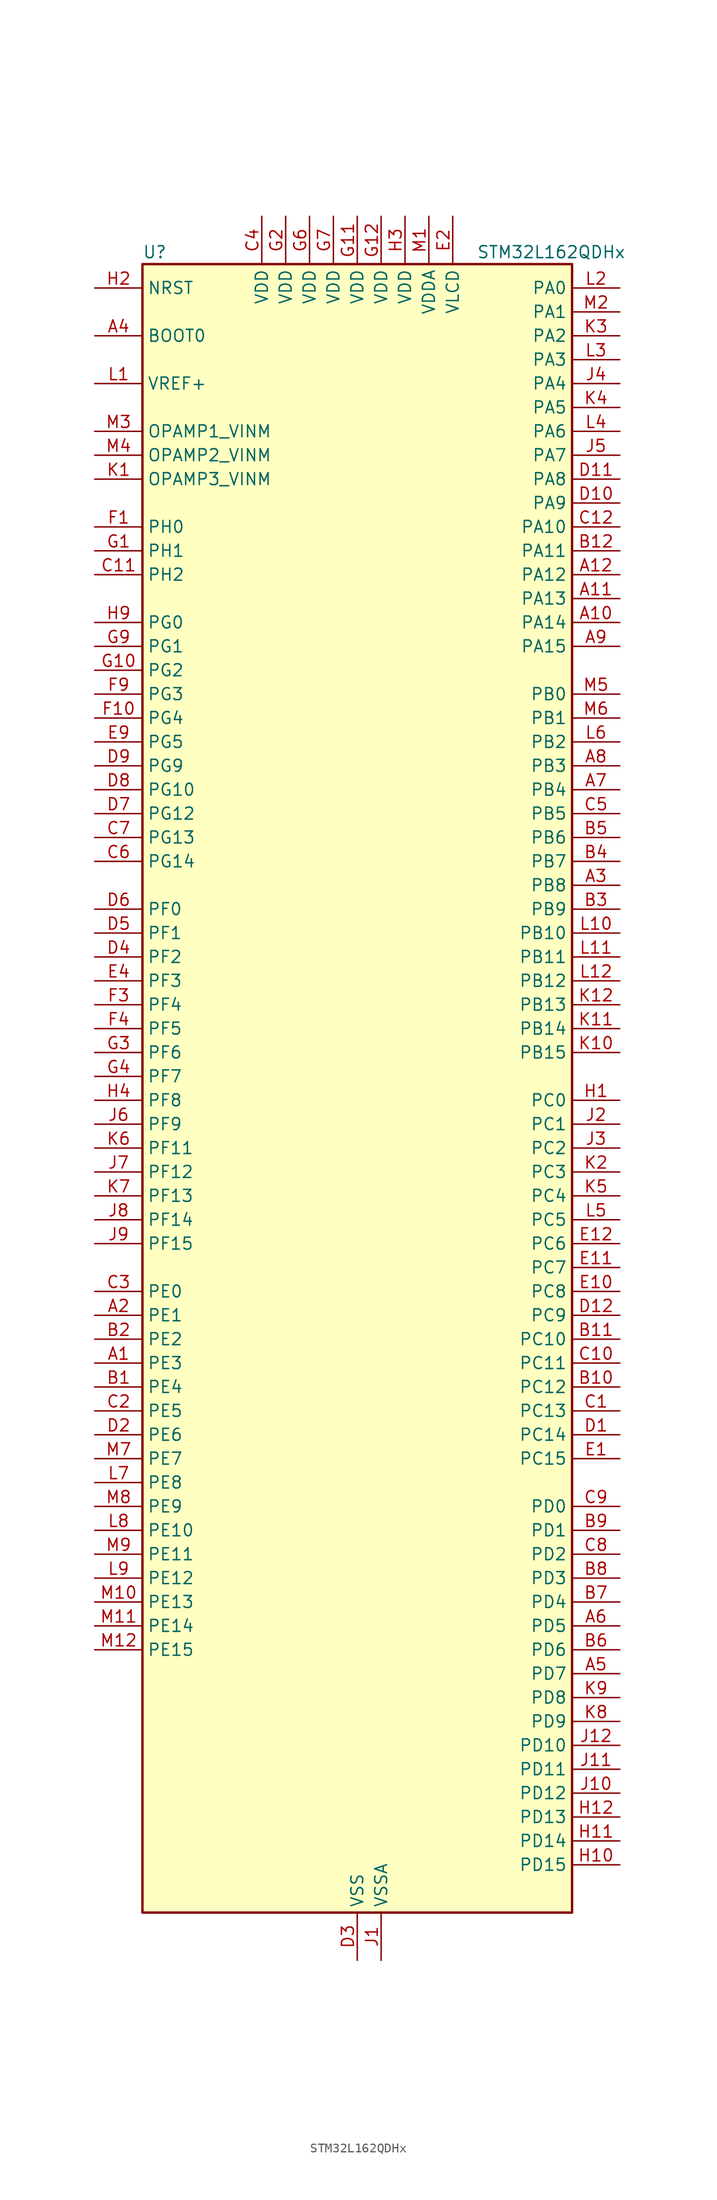
<source format=kicad_sym>
(kicad_symbol_lib
  (version 20231120)
  (generator "kicad_symbol_editor")
  (generator_version "8.0")
  (symbol "STM32L162QDHx"
    (property "Reference" "U"
      (at -22.86 90.17 0)
      (effects (font (size 1.27 1.27)) (justify left)))
    (property "Value" "STM32L162QDHx"
      (at 12.7 90.17 0)
      (effects (font (size 1.27 1.27)) (justify left)))
    (property "ki_locked" ""
      (at 0 0 0)
      (effects (font (size 1.27 1.27))))
    (symbol "STM32L162QDHx_0_1"
      (rectangle (start -22.86 -86.36) (end 22.86 88.9) (stroke (width 0.254) (type default)) (fill (type background))))
    (symbol "STM32L162QDHx_1_1"
      (pin bidirectional line (at -27.94 -27.94 0) (length 5.08) (name "PE3" (effects (font (size 1.27 1.27)))) (number "A1" (effects (font (size 1.27 1.27)))) (alternate "FSMC_A19" bidirectional line) (alternate "LCD_SEG39" bidirectional line) (alternate "SYS_TRACED0" bidirectional line) (alternate "TIM3_CH1" bidirectional line) (alternate "TIMX_IC4" bidirectional line))
      (pin bidirectional line (at 27.94 50.8 180) (length 5.08) (name "PA14" (effects (font (size 1.27 1.27)))) (number "A10" (effects (font (size 1.27 1.27)))) (alternate "SYS_JTCK-SWCLK" bidirectional line) (alternate "TIMX_IC3" bidirectional line) (alternate "TS_G5_IO2" bidirectional line))
      (pin bidirectional line (at 27.94 53.34 180) (length 5.08) (name "PA13" (effects (font (size 1.27 1.27)))) (number "A11" (effects (font (size 1.27 1.27)))) (alternate "SYS_JTMS-SWDIO" bidirectional line) (alternate "TIMX_IC2" bidirectional line) (alternate "TS_G5_IO1" bidirectional line))
      (pin bidirectional line (at 27.94 55.88 180) (length 5.08) (name "PA12" (effects (font (size 1.27 1.27)))) (number "A12" (effects (font (size 1.27 1.27)))) (alternate "SPI1_MOSI" bidirectional line) (alternate "TIMX_IC1" bidirectional line) (alternate "USART1_RTS" bidirectional line) (alternate "USB_DP" bidirectional line))
      (pin bidirectional line (at -27.94 -22.86 0) (length 5.08) (name "PE1" (effects (font (size 1.27 1.27)))) (number "A2" (effects (font (size 1.27 1.27)))) (alternate "FSMC_NBL1" bidirectional line) (alternate "LCD_SEG37" bidirectional line) (alternate "TIM11_CH1" bidirectional line) (alternate "TIMX_IC2" bidirectional line))
      (pin bidirectional line (at 27.94 22.86 180) (length 5.08) (name "PB8" (effects (font (size 1.27 1.27)))) (number "A3" (effects (font (size 1.27 1.27)))) (alternate "I2C1_SCL" bidirectional line) (alternate "LCD_SEG16" bidirectional line) (alternate "SDIO_D4" bidirectional line) (alternate "TIM10_CH1" bidirectional line) (alternate "TIM4_CH3" bidirectional line))
      (pin input line (at -27.94 81.28 0) (length 5.08) (name "BOOT0" (effects (font (size 1.27 1.27)))) (number "A4" (effects (font (size 1.27 1.27)))))
      (pin bidirectional line (at 27.94 -60.96 180) (length 5.08) (name "PD7" (effects (font (size 1.27 1.27)))) (number "A5" (effects (font (size 1.27 1.27)))) (alternate "FSMC_NE1" bidirectional line) (alternate "TIM9_CH2" bidirectional line) (alternate "TIMX_IC4" bidirectional line) (alternate "USART2_CK" bidirectional line))
      (pin bidirectional line (at 27.94 -55.88 180) (length 5.08) (name "PD5" (effects (font (size 1.27 1.27)))) (number "A6" (effects (font (size 1.27 1.27)))) (alternate "FSMC_NWE" bidirectional line) (alternate "TIMX_IC2" bidirectional line) (alternate "USART2_TX" bidirectional line))
      (pin bidirectional line (at 27.94 33.02 180) (length 5.08) (name "PB4" (effects (font (size 1.27 1.27)))) (number "A7" (effects (font (size 1.27 1.27)))) (alternate "COMP2_INP" bidirectional line) (alternate "LCD_SEG8" bidirectional line) (alternate "SPI1_MISO" bidirectional line) (alternate "SPI3_MISO" bidirectional line) (alternate "SYS_JTRST" bidirectional line) (alternate "TIM3_CH1" bidirectional line) (alternate "TS_G6_IO1" bidirectional line))
      (pin bidirectional line (at 27.94 35.56 180) (length 5.08) (name "PB3" (effects (font (size 1.27 1.27)))) (number "A8" (effects (font (size 1.27 1.27)))) (alternate "COMP2_INM" bidirectional line) (alternate "I2S3_CK" bidirectional line) (alternate "LCD_SEG7" bidirectional line) (alternate "SPI1_SCK" bidirectional line) (alternate "SPI3_SCK" bidirectional line) (alternate "SYS_JTDO-TRACESWO" bidirectional line) (alternate "TIM2_CH2" bidirectional line))
      (pin bidirectional line (at 27.94 48.26 180) (length 5.08) (name "PA15" (effects (font (size 1.27 1.27)))) (number "A9" (effects (font (size 1.27 1.27)))) (alternate "ADC_EXTI15" bidirectional line) (alternate "I2S3_WS" bidirectional line) (alternate "LCD_SEG17" bidirectional line) (alternate "SPI1_NSS" bidirectional line) (alternate "SPI3_NSS" bidirectional line) (alternate "SYS_JTDI" bidirectional line) (alternate "TIM2_CH1" bidirectional line) (alternate "TIM2_ETR" bidirectional line) (alternate "TIMX_IC4" bidirectional line) (alternate "TS_G5_IO3" bidirectional line))
      (pin bidirectional line (at -27.94 -30.48 0) (length 5.08) (name "PE4" (effects (font (size 1.27 1.27)))) (number "B1" (effects (font (size 1.27 1.27)))) (alternate "FSMC_A20" bidirectional line) (alternate "SYS_TRACED1" bidirectional line) (alternate "TIM3_CH2" bidirectional line) (alternate "TIMX_IC1" bidirectional line))
      (pin bidirectional line (at 27.94 -30.48 180) (length 5.08) (name "PC12" (effects (font (size 1.27 1.27)))) (number "B10" (effects (font (size 1.27 1.27)))) (alternate "I2S3_SD" bidirectional line) (alternate "LCD_COM6" bidirectional line) (alternate "LCD_SEG30" bidirectional line) (alternate "LCD_SEG42" bidirectional line) (alternate "SDIO_CK" bidirectional line) (alternate "SPI3_MOSI" bidirectional line) (alternate "TIMX_IC1" bidirectional line) (alternate "UART5_TX" bidirectional line) (alternate "USART3_CK" bidirectional line))
      (pin bidirectional line (at 27.94 -25.4 180) (length 5.08) (name "PC10" (effects (font (size 1.27 1.27)))) (number "B11" (effects (font (size 1.27 1.27)))) (alternate "I2S3_CK" bidirectional line) (alternate "LCD_COM4" bidirectional line) (alternate "LCD_SEG28" bidirectional line) (alternate "LCD_SEG40" bidirectional line) (alternate "SDIO_D2" bidirectional line) (alternate "SPI3_SCK" bidirectional line) (alternate "TIMX_IC3" bidirectional line) (alternate "UART4_TX" bidirectional line) (alternate "USART3_TX" bidirectional line))
      (pin bidirectional line (at 27.94 58.42 180) (length 5.08) (name "PA11" (effects (font (size 1.27 1.27)))) (number "B12" (effects (font (size 1.27 1.27)))) (alternate "ADC_EXTI11" bidirectional line) (alternate "SPI1_MISO" bidirectional line) (alternate "TIMX_IC4" bidirectional line) (alternate "USART1_CTS" bidirectional line) (alternate "USB_DM" bidirectional line))
      (pin bidirectional line (at -27.94 -25.4 0) (length 5.08) (name "PE2" (effects (font (size 1.27 1.27)))) (number "B2" (effects (font (size 1.27 1.27)))) (alternate "FSMC_A23" bidirectional line) (alternate "LCD_SEG38" bidirectional line) (alternate "SYS_TRACECK" bidirectional line) (alternate "TIM3_ETR" bidirectional line) (alternate "TIMX_IC3" bidirectional line))
      (pin bidirectional line (at 27.94 20.32 180) (length 5.08) (name "PB9" (effects (font (size 1.27 1.27)))) (number "B3" (effects (font (size 1.27 1.27)))) (alternate "DAC_EXTI9" bidirectional line) (alternate "I2C1_SDA" bidirectional line) (alternate "LCD_COM3" bidirectional line) (alternate "SDIO_D5" bidirectional line) (alternate "TIM11_CH1" bidirectional line) (alternate "TIM4_CH4" bidirectional line))
      (pin bidirectional line (at 27.94 25.4 180) (length 5.08) (name "PB7" (effects (font (size 1.27 1.27)))) (number "B4" (effects (font (size 1.27 1.27)))) (alternate "COMP2_INP" bidirectional line) (alternate "FSMC_NL" bidirectional line) (alternate "I2C1_SDA" bidirectional line) (alternate "SYS_PVD_IN" bidirectional line) (alternate "TIM4_CH2" bidirectional line) (alternate "TS_G6_IO4" bidirectional line) (alternate "USART1_RX" bidirectional line))
      (pin bidirectional line (at 27.94 27.94 180) (length 5.08) (name "PB6" (effects (font (size 1.27 1.27)))) (number "B5" (effects (font (size 1.27 1.27)))) (alternate "COMP2_INP" bidirectional line) (alternate "I2C1_SCL" bidirectional line) (alternate "TIM4_CH1" bidirectional line) (alternate "TS_G6_IO3" bidirectional line) (alternate "USART1_TX" bidirectional line))
      (pin bidirectional line (at 27.94 -58.42 180) (length 5.08) (name "PD6" (effects (font (size 1.27 1.27)))) (number "B6" (effects (font (size 1.27 1.27)))) (alternate "FSMC_NWAIT" bidirectional line) (alternate "TIMX_IC3" bidirectional line) (alternate "USART2_RX" bidirectional line))
      (pin bidirectional line (at 27.94 -53.34 180) (length 5.08) (name "PD4" (effects (font (size 1.27 1.27)))) (number "B7" (effects (font (size 1.27 1.27)))) (alternate "FSMC_NOE" bidirectional line) (alternate "I2S2_SD" bidirectional line) (alternate "SPI2_MOSI" bidirectional line) (alternate "TIMX_IC1" bidirectional line) (alternate "USART2_RTS" bidirectional line))
      (pin bidirectional line (at 27.94 -50.8 180) (length 5.08) (name "PD3" (effects (font (size 1.27 1.27)))) (number "B8" (effects (font (size 1.27 1.27)))) (alternate "FSMC_CLK" bidirectional line) (alternate "SPI2_MISO" bidirectional line) (alternate "TIMX_IC4" bidirectional line) (alternate "USART2_CTS" bidirectional line))
      (pin bidirectional line (at 27.94 -45.72 180) (length 5.08) (name "PD1" (effects (font (size 1.27 1.27)))) (number "B9" (effects (font (size 1.27 1.27)))) (alternate "FSMC_D3" bidirectional line) (alternate "FSMC_DA3" bidirectional line) (alternate "I2S2_CK" bidirectional line) (alternate "SPI2_SCK" bidirectional line) (alternate "TIMX_IC2" bidirectional line))
      (pin bidirectional line (at 27.94 -33.02 180) (length 5.08) (name "PC13" (effects (font (size 1.27 1.27)))) (number "C1" (effects (font (size 1.27 1.27)))) (alternate "RTC_OUT_ALARM" bidirectional line) (alternate "RTC_OUT_CALIB" bidirectional line) (alternate "RTC_TAMP1" bidirectional line) (alternate "RTC_TS" bidirectional line) (alternate "SYS_WKUP2" bidirectional line) (alternate "TIMX_IC2" bidirectional line))
      (pin bidirectional line (at 27.94 -27.94 180) (length 5.08) (name "PC11" (effects (font (size 1.27 1.27)))) (number "C10" (effects (font (size 1.27 1.27)))) (alternate "ADC_EXTI11" bidirectional line) (alternate "LCD_COM5" bidirectional line) (alternate "LCD_SEG29" bidirectional line) (alternate "LCD_SEG41" bidirectional line) (alternate "SDIO_D3" bidirectional line) (alternate "SPI3_MISO" bidirectional line) (alternate "TIMX_IC4" bidirectional line) (alternate "UART4_RX" bidirectional line) (alternate "USART3_RX" bidirectional line))
      (pin bidirectional line (at -27.94 55.88 0) (length 5.08) (name "PH2" (effects (font (size 1.27 1.27)))) (number "C11" (effects (font (size 1.27 1.27)))) (alternate "FSMC_A22" bidirectional line))
      (pin bidirectional line (at 27.94 60.96 180) (length 5.08) (name "PA10" (effects (font (size 1.27 1.27)))) (number "C12" (effects (font (size 1.27 1.27)))) (alternate "LCD_COM2" bidirectional line) (alternate "TIMX_IC3" bidirectional line) (alternate "TS_G4_IO3" bidirectional line) (alternate "USART1_RX" bidirectional line))
      (pin bidirectional line (at -27.94 -33.02 0) (length 5.08) (name "PE5" (effects (font (size 1.27 1.27)))) (number "C2" (effects (font (size 1.27 1.27)))) (alternate "FSMC_A21" bidirectional line) (alternate "SYS_TRACED2" bidirectional line) (alternate "TIM9_CH1" bidirectional line) (alternate "TIMX_IC2" bidirectional line))
      (pin bidirectional line (at -27.94 -20.32 0) (length 5.08) (name "PE0" (effects (font (size 1.27 1.27)))) (number "C3" (effects (font (size 1.27 1.27)))) (alternate "FSMC_NBL0" bidirectional line) (alternate "LCD_SEG36" bidirectional line) (alternate "TIM10_CH1" bidirectional line) (alternate "TIM4_ETR" bidirectional line) (alternate "TIMX_IC1" bidirectional line))
      (pin power_in line (at -10.16 93.98 270) (length 5.08) (name "VDD" (effects (font (size 1.27 1.27)))) (number "C4" (effects (font (size 1.27 1.27)))))
      (pin bidirectional line (at 27.94 30.48 180) (length 5.08) (name "PB5" (effects (font (size 1.27 1.27)))) (number "C5" (effects (font (size 1.27 1.27)))) (alternate "COMP2_INP" bidirectional line) (alternate "I2C1_SMBA" bidirectional line) (alternate "I2S3_SD" bidirectional line) (alternate "LCD_SEG9" bidirectional line) (alternate "SPI1_MOSI" bidirectional line) (alternate "SPI3_MOSI" bidirectional line) (alternate "TIM3_CH2" bidirectional line) (alternate "TS_G6_IO2" bidirectional line))
      (pin bidirectional line (at -27.94 25.4 0) (length 5.08) (name "PG14" (effects (font (size 1.27 1.27)))) (number "C6" (effects (font (size 1.27 1.27)))) (alternate "FSMC_A25" bidirectional line))
      (pin bidirectional line (at -27.94 27.94 0) (length 5.08) (name "PG13" (effects (font (size 1.27 1.27)))) (number "C7" (effects (font (size 1.27 1.27)))) (alternate "FSMC_A24" bidirectional line))
      (pin bidirectional line (at 27.94 -48.26 180) (length 5.08) (name "PD2" (effects (font (size 1.27 1.27)))) (number "C8" (effects (font (size 1.27 1.27)))) (alternate "LCD_COM7" bidirectional line) (alternate "LCD_SEG31" bidirectional line) (alternate "LCD_SEG43" bidirectional line) (alternate "SDIO_CMD" bidirectional line) (alternate "TIM3_ETR" bidirectional line) (alternate "TIMX_IC3" bidirectional line) (alternate "UART5_RX" bidirectional line))
      (pin bidirectional line (at 27.94 -43.18 180) (length 5.08) (name "PD0" (effects (font (size 1.27 1.27)))) (number "C9" (effects (font (size 1.27 1.27)))) (alternate "FSMC_D2" bidirectional line) (alternate "FSMC_DA2" bidirectional line) (alternate "I2S2_WS" bidirectional line) (alternate "SPI2_NSS" bidirectional line) (alternate "TIM9_CH1" bidirectional line) (alternate "TIMX_IC1" bidirectional line))
      (pin bidirectional line (at 27.94 -35.56 180) (length 5.08) (name "PC14" (effects (font (size 1.27 1.27)))) (number "D1" (effects (font (size 1.27 1.27)))) (alternate "RCC_OSC32_IN" bidirectional line) (alternate "TIMX_IC3" bidirectional line))
      (pin bidirectional line (at 27.94 63.5 180) (length 5.08) (name "PA9" (effects (font (size 1.27 1.27)))) (number "D10" (effects (font (size 1.27 1.27)))) (alternate "DAC_EXTI9" bidirectional line) (alternate "LCD_COM1" bidirectional line) (alternate "TIMX_IC2" bidirectional line) (alternate "TS_G4_IO2" bidirectional line) (alternate "USART1_TX" bidirectional line))
      (pin bidirectional line (at 27.94 66.04 180) (length 5.08) (name "PA8" (effects (font (size 1.27 1.27)))) (number "D11" (effects (font (size 1.27 1.27)))) (alternate "LCD_COM0" bidirectional line) (alternate "RCC_MCO" bidirectional line) (alternate "TIMX_IC1" bidirectional line) (alternate "TS_G4_IO1" bidirectional line) (alternate "USART1_CK" bidirectional line))
      (pin bidirectional line (at 27.94 -22.86 180) (length 5.08) (name "PC9" (effects (font (size 1.27 1.27)))) (number "D12" (effects (font (size 1.27 1.27)))) (alternate "DAC_EXTI9" bidirectional line) (alternate "LCD_SEG27" bidirectional line) (alternate "SDIO_D1" bidirectional line) (alternate "TIM3_CH4" bidirectional line) (alternate "TIMX_IC2" bidirectional line) (alternate "TS_G10_IO4" bidirectional line))
      (pin bidirectional line (at -27.94 -35.56 0) (length 5.08) (name "PE6" (effects (font (size 1.27 1.27)))) (number "D2" (effects (font (size 1.27 1.27)))) (alternate "RTC_TAMP3" bidirectional line) (alternate "SYS_TRACED3" bidirectional line) (alternate "SYS_WKUP3" bidirectional line) (alternate "TIM9_CH2" bidirectional line) (alternate "TIMX_IC3" bidirectional line))
      (pin power_in line (at 0 -91.44 90) (length 5.08) (name "VSS" (effects (font (size 1.27 1.27)))) (number "D3" (effects (font (size 1.27 1.27)))))
      (pin bidirectional line (at -27.94 15.24 0) (length 5.08) (name "PF2" (effects (font (size 1.27 1.27)))) (number "D4" (effects (font (size 1.27 1.27)))) (alternate "FSMC_A2" bidirectional line))
      (pin bidirectional line (at -27.94 17.78 0) (length 5.08) (name "PF1" (effects (font (size 1.27 1.27)))) (number "D5" (effects (font (size 1.27 1.27)))) (alternate "FSMC_A1" bidirectional line))
      (pin bidirectional line (at -27.94 20.32 0) (length 5.08) (name "PF0" (effects (font (size 1.27 1.27)))) (number "D6" (effects (font (size 1.27 1.27)))) (alternate "FSMC_A0" bidirectional line))
      (pin bidirectional line (at -27.94 30.48 0) (length 5.08) (name "PG12" (effects (font (size 1.27 1.27)))) (number "D7" (effects (font (size 1.27 1.27)))) (alternate "FSMC_NE4" bidirectional line))
      (pin bidirectional line (at -27.94 33.02 0) (length 5.08) (name "PG10" (effects (font (size 1.27 1.27)))) (number "D8" (effects (font (size 1.27 1.27)))) (alternate "FSMC_NE3" bidirectional line))
      (pin bidirectional line (at -27.94 35.56 0) (length 5.08) (name "PG9" (effects (font (size 1.27 1.27)))) (number "D9" (effects (font (size 1.27 1.27)))) (alternate "DAC_EXTI9" bidirectional line) (alternate "FSMC_NE2" bidirectional line))
      (pin bidirectional line (at 27.94 -38.1 180) (length 5.08) (name "PC15" (effects (font (size 1.27 1.27)))) (number "E1" (effects (font (size 1.27 1.27)))) (alternate "ADC_EXTI15" bidirectional line) (alternate "RCC_OSC32_OUT" bidirectional line) (alternate "TIMX_IC4" bidirectional line))
      (pin bidirectional line (at 27.94 -20.32 180) (length 5.08) (name "PC8" (effects (font (size 1.27 1.27)))) (number "E10" (effects (font (size 1.27 1.27)))) (alternate "LCD_SEG26" bidirectional line) (alternate "SDIO_D0" bidirectional line) (alternate "TIM3_CH3" bidirectional line) (alternate "TIMX_IC1" bidirectional line) (alternate "TS_G10_IO3" bidirectional line))
      (pin bidirectional line (at 27.94 -17.78 180) (length 5.08) (name "PC7" (effects (font (size 1.27 1.27)))) (number "E11" (effects (font (size 1.27 1.27)))) (alternate "I2S3_MCK" bidirectional line) (alternate "LCD_SEG25" bidirectional line) (alternate "SDIO_D7" bidirectional line) (alternate "TIM3_CH2" bidirectional line) (alternate "TIMX_IC4" bidirectional line) (alternate "TS_G10_IO2" bidirectional line))
      (pin bidirectional line (at 27.94 -15.24 180) (length 5.08) (name "PC6" (effects (font (size 1.27 1.27)))) (number "E12" (effects (font (size 1.27 1.27)))) (alternate "I2S2_MCK" bidirectional line) (alternate "LCD_SEG24" bidirectional line) (alternate "SDIO_D6" bidirectional line) (alternate "TIM3_CH1" bidirectional line) (alternate "TIMX_IC3" bidirectional line) (alternate "TS_G10_IO1" bidirectional line))
      (pin power_in line (at 10.16 93.98 270) (length 5.08) (name "VLCD" (effects (font (size 1.27 1.27)))) (number "E2" (effects (font (size 1.27 1.27)))))
      (pin passive line (at 0 -91.44 90) (length 5.08) hide (name "VSS" (effects (font (size 1.27 1.27)))) (number "E3" (effects (font (size 1.27 1.27)))))
      (pin bidirectional line (at -27.94 12.7 0) (length 5.08) (name "PF3" (effects (font (size 1.27 1.27)))) (number "E4" (effects (font (size 1.27 1.27)))) (alternate "FSMC_A3" bidirectional line))
      (pin bidirectional line (at -27.94 38.1 0) (length 5.08) (name "PG5" (effects (font (size 1.27 1.27)))) (number "E9" (effects (font (size 1.27 1.27)))) (alternate "FSMC_A15" bidirectional line))
      (pin bidirectional line (at -27.94 60.96 0) (length 5.08) (name "PH0" (effects (font (size 1.27 1.27)))) (number "F1" (effects (font (size 1.27 1.27)))) (alternate "RCC_OSC_IN" bidirectional line))
      (pin bidirectional line (at -27.94 40.64 0) (length 5.08) (name "PG4" (effects (font (size 1.27 1.27)))) (number "F10" (effects (font (size 1.27 1.27)))) (alternate "ADC_IN12b" bidirectional line) (alternate "FSMC_A14" bidirectional line) (alternate "TS_G7_IO7" bidirectional line))
      (pin passive line (at 0 -91.44 90) (length 5.08) hide (name "VSS" (effects (font (size 1.27 1.27)))) (number "F11" (effects (font (size 1.27 1.27)))))
      (pin passive line (at 0 -91.44 90) (length 5.08) hide (name "VSS" (effects (font (size 1.27 1.27)))) (number "F12" (effects (font (size 1.27 1.27)))))
      (pin passive line (at 0 -91.44 90) (length 5.08) hide (name "VSS" (effects (font (size 1.27 1.27)))) (number "F2" (effects (font (size 1.27 1.27)))))
      (pin bidirectional line (at -27.94 10.16 0) (length 5.08) (name "PF4" (effects (font (size 1.27 1.27)))) (number "F3" (effects (font (size 1.27 1.27)))) (alternate "FSMC_A4" bidirectional line))
      (pin bidirectional line (at -27.94 7.62 0) (length 5.08) (name "PF5" (effects (font (size 1.27 1.27)))) (number "F4" (effects (font (size 1.27 1.27)))) (alternate "FSMC_A5" bidirectional line))
      (pin passive line (at 0 -91.44 90) (length 5.08) hide (name "VSS" (effects (font (size 1.27 1.27)))) (number "F6" (effects (font (size 1.27 1.27)))))
      (pin passive line (at 0 -91.44 90) (length 5.08) hide (name "VSS" (effects (font (size 1.27 1.27)))) (number "F7" (effects (font (size 1.27 1.27)))))
      (pin bidirectional line (at -27.94 43.18 0) (length 5.08) (name "PG3" (effects (font (size 1.27 1.27)))) (number "F9" (effects (font (size 1.27 1.27)))) (alternate "ADC_IN11b" bidirectional line) (alternate "FSMC_A13" bidirectional line) (alternate "TS_G7_IO6" bidirectional line))
      (pin bidirectional line (at -27.94 58.42 0) (length 5.08) (name "PH1" (effects (font (size 1.27 1.27)))) (number "G1" (effects (font (size 1.27 1.27)))) (alternate "RCC_OSC_OUT" bidirectional line))
      (pin bidirectional line (at -27.94 45.72 0) (length 5.08) (name "PG2" (effects (font (size 1.27 1.27)))) (number "G10" (effects (font (size 1.27 1.27)))) (alternate "ADC_IN10b" bidirectional line) (alternate "FSMC_A12" bidirectional line) (alternate "TS_G7_IO5" bidirectional line))
      (pin power_in line (at 0 93.98 270) (length 5.08) (name "VDD" (effects (font (size 1.27 1.27)))) (number "G11" (effects (font (size 1.27 1.27)))))
      (pin power_in line (at 2.54 93.98 270) (length 5.08) (name "VDD" (effects (font (size 1.27 1.27)))) (number "G12" (effects (font (size 1.27 1.27)))))
      (pin power_in line (at -7.62 93.98 270) (length 5.08) (name "VDD" (effects (font (size 1.27 1.27)))) (number "G2" (effects (font (size 1.27 1.27)))))
      (pin bidirectional line (at -27.94 5.08 0) (length 5.08) (name "PF6" (effects (font (size 1.27 1.27)))) (number "G3" (effects (font (size 1.27 1.27)))) (alternate "ADC_IN27" bidirectional line) (alternate "TIM5_CH1" bidirectional line) (alternate "TIM5_ETR" bidirectional line) (alternate "TS_G11_IO1" bidirectional line))
      (pin bidirectional line (at -27.94 2.54 0) (length 5.08) (name "PF7" (effects (font (size 1.27 1.27)))) (number "G4" (effects (font (size 1.27 1.27)))) (alternate "ADC_IN28" bidirectional line) (alternate "COMP1_INP" bidirectional line) (alternate "TIM5_CH2" bidirectional line) (alternate "TS_G11_IO2" bidirectional line))
      (pin power_in line (at -5.08 93.98 270) (length 5.08) (name "VDD" (effects (font (size 1.27 1.27)))) (number "G6" (effects (font (size 1.27 1.27)))))
      (pin power_in line (at -2.54 93.98 270) (length 5.08) (name "VDD" (effects (font (size 1.27 1.27)))) (number "G7" (effects (font (size 1.27 1.27)))))
      (pin bidirectional line (at -27.94 48.26 0) (length 5.08) (name "PG1" (effects (font (size 1.27 1.27)))) (number "G9" (effects (font (size 1.27 1.27)))) (alternate "ADC_IN9b" bidirectional line) (alternate "FSMC_A11" bidirectional line) (alternate "TS_G2_IO5" bidirectional line))
      (pin bidirectional line (at 27.94 0 180) (length 5.08) (name "PC0" (effects (font (size 1.27 1.27)))) (number "H1" (effects (font (size 1.27 1.27)))) (alternate "ADC_IN10" bidirectional line) (alternate "COMP1_INP" bidirectional line) (alternate "LCD_SEG18" bidirectional line) (alternate "TIMX_IC1" bidirectional line) (alternate "TS_G8_IO1" bidirectional line))
      (pin bidirectional line (at 27.94 -81.28 180) (length 5.08) (name "PD15" (effects (font (size 1.27 1.27)))) (number "H10" (effects (font (size 1.27 1.27)))) (alternate "ADC_EXTI15" bidirectional line) (alternate "FSMC_D1" bidirectional line) (alternate "FSMC_DA1" bidirectional line) (alternate "LCD_SEG35" bidirectional line) (alternate "TIM4_CH4" bidirectional line) (alternate "TIMX_IC4" bidirectional line))
      (pin bidirectional line (at 27.94 -78.74 180) (length 5.08) (name "PD14" (effects (font (size 1.27 1.27)))) (number "H11" (effects (font (size 1.27 1.27)))) (alternate "FSMC_D0" bidirectional line) (alternate "FSMC_DA0" bidirectional line) (alternate "LCD_SEG34" bidirectional line) (alternate "TIM4_CH3" bidirectional line) (alternate "TIMX_IC3" bidirectional line))
      (pin bidirectional line (at 27.94 -76.2 180) (length 5.08) (name "PD13" (effects (font (size 1.27 1.27)))) (number "H12" (effects (font (size 1.27 1.27)))) (alternate "FSMC_A18" bidirectional line) (alternate "LCD_SEG33" bidirectional line) (alternate "TIM4_CH2" bidirectional line) (alternate "TIMX_IC2" bidirectional line))
      (pin input line (at -27.94 86.36 0) (length 5.08) (name "NRST" (effects (font (size 1.27 1.27)))) (number "H2" (effects (font (size 1.27 1.27)))))
      (pin power_in line (at 5.08 93.98 270) (length 5.08) (name "VDD" (effects (font (size 1.27 1.27)))) (number "H3" (effects (font (size 1.27 1.27)))))
      (pin bidirectional line (at -27.94 0 0) (length 5.08) (name "PF8" (effects (font (size 1.27 1.27)))) (number "H4" (effects (font (size 1.27 1.27)))) (alternate "ADC_IN29" bidirectional line) (alternate "COMP1_INP" bidirectional line) (alternate "TIM5_CH3" bidirectional line) (alternate "TS_G11_IO3" bidirectional line))
      (pin bidirectional line (at -27.94 50.8 0) (length 5.08) (name "PG0" (effects (font (size 1.27 1.27)))) (number "H9" (effects (font (size 1.27 1.27)))) (alternate "ADC_IN8b" bidirectional line) (alternate "FSMC_A10" bidirectional line) (alternate "TS_G2_IO4" bidirectional line))
      (pin power_in line (at 2.54 -91.44 90) (length 5.08) (name "VSSA" (effects (font (size 1.27 1.27)))) (number "J1" (effects (font (size 1.27 1.27)))))
      (pin bidirectional line (at 27.94 -73.66 180) (length 5.08) (name "PD12" (effects (font (size 1.27 1.27)))) (number "J10" (effects (font (size 1.27 1.27)))) (alternate "FSMC_A17" bidirectional line) (alternate "LCD_SEG32" bidirectional line) (alternate "TIM4_CH1" bidirectional line) (alternate "TIMX_IC1" bidirectional line) (alternate "USART3_RTS" bidirectional line))
      (pin bidirectional line (at 27.94 -71.12 180) (length 5.08) (name "PD11" (effects (font (size 1.27 1.27)))) (number "J11" (effects (font (size 1.27 1.27)))) (alternate "ADC_EXTI11" bidirectional line) (alternate "FSMC_A16" bidirectional line) (alternate "LCD_SEG31" bidirectional line) (alternate "TIMX_IC4" bidirectional line) (alternate "USART3_CTS" bidirectional line))
      (pin bidirectional line (at 27.94 -68.58 180) (length 5.08) (name "PD10" (effects (font (size 1.27 1.27)))) (number "J12" (effects (font (size 1.27 1.27)))) (alternate "FSMC_D15" bidirectional line) (alternate "FSMC_DA15" bidirectional line) (alternate "LCD_SEG30" bidirectional line) (alternate "TIMX_IC3" bidirectional line) (alternate "USART3_CK" bidirectional line))
      (pin bidirectional line (at 27.94 -2.54 180) (length 5.08) (name "PC1" (effects (font (size 1.27 1.27)))) (number "J2" (effects (font (size 1.27 1.27)))) (alternate "ADC_IN11" bidirectional line) (alternate "COMP1_INP" bidirectional line) (alternate "LCD_SEG19" bidirectional line) (alternate "OPAMP3_VINP" bidirectional line) (alternate "TIMX_IC2" bidirectional line) (alternate "TS_G8_IO2" bidirectional line))
      (pin bidirectional line (at 27.94 -5.08 180) (length 5.08) (name "PC2" (effects (font (size 1.27 1.27)))) (number "J3" (effects (font (size 1.27 1.27)))) (alternate "ADC_IN12" bidirectional line) (alternate "COMP1_INP" bidirectional line) (alternate "LCD_SEG20" bidirectional line) (alternate "TIMX_IC3" bidirectional line) (alternate "TS_G8_IO3" bidirectional line))
      (pin bidirectional line (at 27.94 76.2 180) (length 5.08) (name "PA4" (effects (font (size 1.27 1.27)))) (number "J4" (effects (font (size 1.27 1.27)))) (alternate "ADC_IN4" bidirectional line) (alternate "COMP1_INP" bidirectional line) (alternate "DAC_OUT1" bidirectional line) (alternate "I2S3_WS" bidirectional line) (alternate "SPI1_NSS" bidirectional line) (alternate "SPI3_NSS" bidirectional line) (alternate "TIMX_IC1" bidirectional line) (alternate "USART2_CK" bidirectional line))
      (pin bidirectional line (at 27.94 68.58 180) (length 5.08) (name "PA7" (effects (font (size 1.27 1.27)))) (number "J5" (effects (font (size 1.27 1.27)))) (alternate "ADC_IN7" bidirectional line) (alternate "COMP1_INP" bidirectional line) (alternate "LCD_SEG4" bidirectional line) (alternate "SPI1_MOSI" bidirectional line) (alternate "TIM11_CH1" bidirectional line) (alternate "TIM3_CH2" bidirectional line) (alternate "TIMX_IC4" bidirectional line) (alternate "TS_G2_IO2" bidirectional line))
      (pin bidirectional line (at -27.94 -2.54 0) (length 5.08) (name "PF9" (effects (font (size 1.27 1.27)))) (number "J6" (effects (font (size 1.27 1.27)))) (alternate "ADC_IN30" bidirectional line) (alternate "COMP1_INP" bidirectional line) (alternate "DAC_EXTI9" bidirectional line) (alternate "TIM5_CH4" bidirectional line) (alternate "TS_G11_IO4" bidirectional line))
      (pin bidirectional line (at -27.94 -7.62 0) (length 5.08) (name "PF12" (effects (font (size 1.27 1.27)))) (number "J7" (effects (font (size 1.27 1.27)))) (alternate "ADC_IN2b" bidirectional line) (alternate "FSMC_A6" bidirectional line) (alternate "TS_G3_IO5" bidirectional line))
      (pin bidirectional line (at -27.94 -12.7 0) (length 5.08) (name "PF14" (effects (font (size 1.27 1.27)))) (number "J8" (effects (font (size 1.27 1.27)))) (alternate "ADC_IN6b" bidirectional line) (alternate "FSMC_A8" bidirectional line) (alternate "TS_G9_IO4" bidirectional line))
      (pin bidirectional line (at -27.94 -15.24 0) (length 5.08) (name "PF15" (effects (font (size 1.27 1.27)))) (number "J9" (effects (font (size 1.27 1.27)))) (alternate "ADC_EXTI15" bidirectional line) (alternate "ADC_IN7b" bidirectional line) (alternate "FSMC_A9" bidirectional line) (alternate "TS_G2_IO3" bidirectional line))
      (pin input line (at -27.94 66.04 0) (length 5.08) (name "OPAMP3_VINM" (effects (font (size 1.27 1.27)))) (number "K1" (effects (font (size 1.27 1.27)))) (alternate "OPAMP3_VINM" bidirectional line))
      (pin bidirectional line (at 27.94 5.08 180) (length 5.08) (name "PB15" (effects (font (size 1.27 1.27)))) (number "K10" (effects (font (size 1.27 1.27)))) (alternate "ADC_EXTI15" bidirectional line) (alternate "ADC_IN21" bidirectional line) (alternate "COMP1_INP" bidirectional line) (alternate "I2S2_SD" bidirectional line) (alternate "LCD_SEG15" bidirectional line) (alternate "RTC_REFIN" bidirectional line) (alternate "SPI2_MOSI" bidirectional line) (alternate "TIM11_CH1" bidirectional line) (alternate "TS_G7_IO4" bidirectional line))
      (pin bidirectional line (at 27.94 7.62 180) (length 5.08) (name "PB14" (effects (font (size 1.27 1.27)))) (number "K11" (effects (font (size 1.27 1.27)))) (alternate "ADC_IN20" bidirectional line) (alternate "COMP1_INP" bidirectional line) (alternate "LCD_SEG14" bidirectional line) (alternate "SPI2_MISO" bidirectional line) (alternate "TIM9_CH2" bidirectional line) (alternate "TS_G7_IO3" bidirectional line) (alternate "USART3_RTS" bidirectional line))
      (pin bidirectional line (at 27.94 10.16 180) (length 5.08) (name "PB13" (effects (font (size 1.27 1.27)))) (number "K12" (effects (font (size 1.27 1.27)))) (alternate "ADC_IN19" bidirectional line) (alternate "COMP1_INP" bidirectional line) (alternate "I2S2_CK" bidirectional line) (alternate "LCD_SEG13" bidirectional line) (alternate "SPI2_SCK" bidirectional line) (alternate "TIM9_CH1" bidirectional line) (alternate "TS_G7_IO2" bidirectional line) (alternate "USART3_CTS" bidirectional line))
      (pin bidirectional line (at 27.94 -7.62 180) (length 5.08) (name "PC3" (effects (font (size 1.27 1.27)))) (number "K2" (effects (font (size 1.27 1.27)))) (alternate "ADC_IN13" bidirectional line) (alternate "COMP1_INP" bidirectional line) (alternate "LCD_SEG21" bidirectional line) (alternate "OPAMP3_VOUT" bidirectional line) (alternate "TIMX_IC4" bidirectional line) (alternate "TS_G8_IO4" bidirectional line))
      (pin bidirectional line (at 27.94 81.28 180) (length 5.08) (name "PA2" (effects (font (size 1.27 1.27)))) (number "K3" (effects (font (size 1.27 1.27)))) (alternate "ADC_IN2" bidirectional line) (alternate "COMP1_INP" bidirectional line) (alternate "LCD_SEG1" bidirectional line) (alternate "TIM2_CH3" bidirectional line) (alternate "TIM5_CH3" bidirectional line) (alternate "TIM9_CH1" bidirectional line) (alternate "TIMX_IC3" bidirectional line) (alternate "TS_G1_IO3" bidirectional line) (alternate "USART2_TX" bidirectional line))
      (pin bidirectional line (at 27.94 73.66 180) (length 5.08) (name "PA5" (effects (font (size 1.27 1.27)))) (number "K4" (effects (font (size 1.27 1.27)))) (alternate "ADC_IN5" bidirectional line) (alternate "COMP1_INP" bidirectional line) (alternate "DAC_OUT2" bidirectional line) (alternate "SPI1_SCK" bidirectional line) (alternate "TIM2_CH1" bidirectional line) (alternate "TIM2_ETR" bidirectional line) (alternate "TIMX_IC2" bidirectional line))
      (pin bidirectional line (at 27.94 -10.16 180) (length 5.08) (name "PC4" (effects (font (size 1.27 1.27)))) (number "K5" (effects (font (size 1.27 1.27)))) (alternate "ADC_IN14" bidirectional line) (alternate "COMP1_INP" bidirectional line) (alternate "LCD_SEG22" bidirectional line) (alternate "TIMX_IC1" bidirectional line) (alternate "TS_G9_IO1" bidirectional line))
      (pin bidirectional line (at -27.94 -5.08 0) (length 5.08) (name "PF11" (effects (font (size 1.27 1.27)))) (number "K6" (effects (font (size 1.27 1.27)))) (alternate "ADC_EXTI11" bidirectional line) (alternate "ADC_IN1b" bidirectional line) (alternate "TS_G3_IO4" bidirectional line))
      (pin bidirectional line (at -27.94 -10.16 0) (length 5.08) (name "PF13" (effects (font (size 1.27 1.27)))) (number "K7" (effects (font (size 1.27 1.27)))) (alternate "ADC_IN3b" bidirectional line) (alternate "FSMC_A7" bidirectional line) (alternate "TS_G9_IO3" bidirectional line))
      (pin bidirectional line (at 27.94 -66.04 180) (length 5.08) (name "PD9" (effects (font (size 1.27 1.27)))) (number "K8" (effects (font (size 1.27 1.27)))) (alternate "DAC_EXTI9" bidirectional line) (alternate "FSMC_D14" bidirectional line) (alternate "FSMC_DA14" bidirectional line) (alternate "LCD_SEG29" bidirectional line) (alternate "TIMX_IC2" bidirectional line) (alternate "USART3_RX" bidirectional line))
      (pin bidirectional line (at 27.94 -63.5 180) (length 5.08) (name "PD8" (effects (font (size 1.27 1.27)))) (number "K9" (effects (font (size 1.27 1.27)))) (alternate "FSMC_D13" bidirectional line) (alternate "FSMC_DA13" bidirectional line) (alternate "LCD_SEG28" bidirectional line) (alternate "TIMX_IC1" bidirectional line) (alternate "USART3_TX" bidirectional line))
      (pin input line (at -27.94 76.2 0) (length 5.08) (name "VREF+" (effects (font (size 1.27 1.27)))) (number "L1" (effects (font (size 1.27 1.27)))))
      (pin bidirectional line (at 27.94 17.78 180) (length 5.08) (name "PB10" (effects (font (size 1.27 1.27)))) (number "L10" (effects (font (size 1.27 1.27)))) (alternate "I2C2_SCL" bidirectional line) (alternate "LCD_SEG10" bidirectional line) (alternate "TIM2_CH3" bidirectional line) (alternate "USART3_TX" bidirectional line))
      (pin bidirectional line (at 27.94 15.24 180) (length 5.08) (name "PB11" (effects (font (size 1.27 1.27)))) (number "L11" (effects (font (size 1.27 1.27)))) (alternate "ADC_EXTI11" bidirectional line) (alternate "I2C2_SDA" bidirectional line) (alternate "LCD_SEG11" bidirectional line) (alternate "TIM2_CH4" bidirectional line) (alternate "USART3_RX" bidirectional line))
      (pin bidirectional line (at 27.94 12.7 180) (length 5.08) (name "PB12" (effects (font (size 1.27 1.27)))) (number "L12" (effects (font (size 1.27 1.27)))) (alternate "ADC_IN18" bidirectional line) (alternate "COMP1_INP" bidirectional line) (alternate "I2C2_SMBA" bidirectional line) (alternate "I2S2_WS" bidirectional line) (alternate "LCD_SEG12" bidirectional line) (alternate "SPI2_NSS" bidirectional line) (alternate "TIM10_CH1" bidirectional line) (alternate "TS_G7_IO1" bidirectional line) (alternate "USART3_CK" bidirectional line))
      (pin bidirectional line (at 27.94 86.36 180) (length 5.08) (name "PA0" (effects (font (size 1.27 1.27)))) (number "L2" (effects (font (size 1.27 1.27)))) (alternate "ADC_IN0" bidirectional line) (alternate "COMP1_INP" bidirectional line) (alternate "RTC_TAMP2" bidirectional line) (alternate "SYS_WKUP1" bidirectional line) (alternate "TIM2_CH1" bidirectional line) (alternate "TIM2_ETR" bidirectional line) (alternate "TIM5_CH1" bidirectional line) (alternate "TIMX_IC1" bidirectional line) (alternate "TS_G1_IO1" bidirectional line) (alternate "USART2_CTS" bidirectional line))
      (pin bidirectional line (at 27.94 78.74 180) (length 5.08) (name "PA3" (effects (font (size 1.27 1.27)))) (number "L3" (effects (font (size 1.27 1.27)))) (alternate "ADC_IN3" bidirectional line) (alternate "COMP1_INP" bidirectional line) (alternate "LCD_SEG2" bidirectional line) (alternate "OPAMP1_VOUT" bidirectional line) (alternate "TIM2_CH4" bidirectional line) (alternate "TIM5_CH4" bidirectional line) (alternate "TIM9_CH2" bidirectional line) (alternate "TIMX_IC4" bidirectional line) (alternate "TS_G1_IO4" bidirectional line) (alternate "USART2_RX" bidirectional line))
      (pin bidirectional line (at 27.94 71.12 180) (length 5.08) (name "PA6" (effects (font (size 1.27 1.27)))) (number "L4" (effects (font (size 1.27 1.27)))) (alternate "ADC_IN6" bidirectional line) (alternate "COMP1_INP" bidirectional line) (alternate "LCD_SEG3" bidirectional line) (alternate "OPAMP2_VINP" bidirectional line) (alternate "SPI1_MISO" bidirectional line) (alternate "TIM10_CH1" bidirectional line) (alternate "TIM3_CH1" bidirectional line) (alternate "TIMX_IC3" bidirectional line) (alternate "TS_G2_IO1" bidirectional line))
      (pin bidirectional line (at 27.94 -12.7 180) (length 5.08) (name "PC5" (effects (font (size 1.27 1.27)))) (number "L5" (effects (font (size 1.27 1.27)))) (alternate "ADC_IN15" bidirectional line) (alternate "COMP1_INP" bidirectional line) (alternate "LCD_SEG23" bidirectional line) (alternate "TIMX_IC2" bidirectional line) (alternate "TS_G9_IO2" bidirectional line))
      (pin bidirectional line (at 27.94 38.1 180) (length 5.08) (name "PB2" (effects (font (size 1.27 1.27)))) (number "L6" (effects (font (size 1.27 1.27)))) (alternate "ADC_IN0b" bidirectional line) (alternate "TS_G3_IO3" bidirectional line))
      (pin bidirectional line (at -27.94 -40.64 0) (length 5.08) (name "PE8" (effects (font (size 1.27 1.27)))) (number "L7" (effects (font (size 1.27 1.27)))) (alternate "ADC_IN23" bidirectional line) (alternate "COMP1_INP" bidirectional line) (alternate "FSMC_D5" bidirectional line) (alternate "FSMC_DA5" bidirectional line) (alternate "TIMX_IC1" bidirectional line))
      (pin bidirectional line (at -27.94 -45.72 0) (length 5.08) (name "PE10" (effects (font (size 1.27 1.27)))) (number "L8" (effects (font (size 1.27 1.27)))) (alternate "ADC_IN25" bidirectional line) (alternate "COMP1_INP" bidirectional line) (alternate "FSMC_D7" bidirectional line) (alternate "FSMC_DA7" bidirectional line) (alternate "TIM2_CH2" bidirectional line) (alternate "TIMX_IC3" bidirectional line))
      (pin bidirectional line (at -27.94 -50.8 0) (length 5.08) (name "PE12" (effects (font (size 1.27 1.27)))) (number "L9" (effects (font (size 1.27 1.27)))) (alternate "FSMC_D9" bidirectional line) (alternate "FSMC_DA9" bidirectional line) (alternate "SPI1_NSS" bidirectional line) (alternate "TIM2_CH4" bidirectional line) (alternate "TIMX_IC1" bidirectional line))
      (pin power_in line (at 7.62 93.98 270) (length 5.08) (name "VDDA" (effects (font (size 1.27 1.27)))) (number "M1" (effects (font (size 1.27 1.27)))))
      (pin bidirectional line (at -27.94 -53.34 0) (length 5.08) (name "PE13" (effects (font (size 1.27 1.27)))) (number "M10" (effects (font (size 1.27 1.27)))) (alternate "FSMC_D10" bidirectional line) (alternate "FSMC_DA10" bidirectional line) (alternate "SPI1_SCK" bidirectional line) (alternate "TIMX_IC2" bidirectional line))
      (pin bidirectional line (at -27.94 -55.88 0) (length 5.08) (name "PE14" (effects (font (size 1.27 1.27)))) (number "M11" (effects (font (size 1.27 1.27)))) (alternate "FSMC_D11" bidirectional line) (alternate "FSMC_DA11" bidirectional line) (alternate "SPI1_MISO" bidirectional line) (alternate "TIMX_IC3" bidirectional line))
      (pin bidirectional line (at -27.94 -58.42 0) (length 5.08) (name "PE15" (effects (font (size 1.27 1.27)))) (number "M12" (effects (font (size 1.27 1.27)))) (alternate "ADC_EXTI15" bidirectional line) (alternate "FSMC_D12" bidirectional line) (alternate "FSMC_DA12" bidirectional line) (alternate "SPI1_MOSI" bidirectional line) (alternate "TIMX_IC4" bidirectional line))
      (pin bidirectional line (at 27.94 83.82 180) (length 5.08) (name "PA1" (effects (font (size 1.27 1.27)))) (number "M2" (effects (font (size 1.27 1.27)))) (alternate "ADC_IN1" bidirectional line) (alternate "COMP1_INP" bidirectional line) (alternate "LCD_SEG0" bidirectional line) (alternate "OPAMP1_VINP" bidirectional line) (alternate "TIM2_CH2" bidirectional line) (alternate "TIM5_CH2" bidirectional line) (alternate "TIMX_IC2" bidirectional line) (alternate "TS_G1_IO2" bidirectional line) (alternate "USART2_RTS" bidirectional line))
      (pin input line (at -27.94 71.12 0) (length 5.08) (name "OPAMP1_VINM" (effects (font (size 1.27 1.27)))) (number "M3" (effects (font (size 1.27 1.27)))) (alternate "OPAMP1_VINM" bidirectional line))
      (pin input line (at -27.94 68.58 0) (length 5.08) (name "OPAMP2_VINM" (effects (font (size 1.27 1.27)))) (number "M4" (effects (font (size 1.27 1.27)))) (alternate "OPAMP2_VINM" bidirectional line))
      (pin bidirectional line (at 27.94 43.18 180) (length 5.08) (name "PB0" (effects (font (size 1.27 1.27)))) (number "M5" (effects (font (size 1.27 1.27)))) (alternate "ADC_IN8" bidirectional line) (alternate "COMP1_INP" bidirectional line) (alternate "LCD_SEG5" bidirectional line) (alternate "OPAMP2_VOUT" bidirectional line) (alternate "SYS_V_REF_OUT" bidirectional line) (alternate "TIM3_CH3" bidirectional line) (alternate "TS_G3_IO1" bidirectional line))
      (pin bidirectional line (at 27.94 40.64 180) (length 5.08) (name "PB1" (effects (font (size 1.27 1.27)))) (number "M6" (effects (font (size 1.27 1.27)))) (alternate "ADC_IN9" bidirectional line) (alternate "COMP1_INP" bidirectional line) (alternate "LCD_SEG6" bidirectional line) (alternate "SYS_V_REF_OUT" bidirectional line) (alternate "TIM3_CH4" bidirectional line) (alternate "TS_G3_IO2" bidirectional line))
      (pin bidirectional line (at -27.94 -38.1 0) (length 5.08) (name "PE7" (effects (font (size 1.27 1.27)))) (number "M7" (effects (font (size 1.27 1.27)))) (alternate "ADC_IN22" bidirectional line) (alternate "COMP1_INP" bidirectional line) (alternate "FSMC_D4" bidirectional line) (alternate "FSMC_DA4" bidirectional line) (alternate "TIMX_IC4" bidirectional line))
      (pin bidirectional line (at -27.94 -43.18 0) (length 5.08) (name "PE9" (effects (font (size 1.27 1.27)))) (number "M8" (effects (font (size 1.27 1.27)))) (alternate "ADC_IN24" bidirectional line) (alternate "COMP1_INP" bidirectional line) (alternate "DAC_EXTI9" bidirectional line) (alternate "FSMC_D6" bidirectional line) (alternate "FSMC_DA6" bidirectional line) (alternate "TIM2_CH1" bidirectional line) (alternate "TIM2_ETR" bidirectional line) (alternate "TIMX_IC2" bidirectional line))
      (pin bidirectional line (at -27.94 -48.26 0) (length 5.08) (name "PE11" (effects (font (size 1.27 1.27)))) (number "M9" (effects (font (size 1.27 1.27)))) (alternate "ADC_EXTI11" bidirectional line) (alternate "FSMC_D8" bidirectional line) (alternate "FSMC_DA8" bidirectional line) (alternate "TIM2_CH3" bidirectional line) (alternate "TIMX_IC4" bidirectional line)))))
</source>
